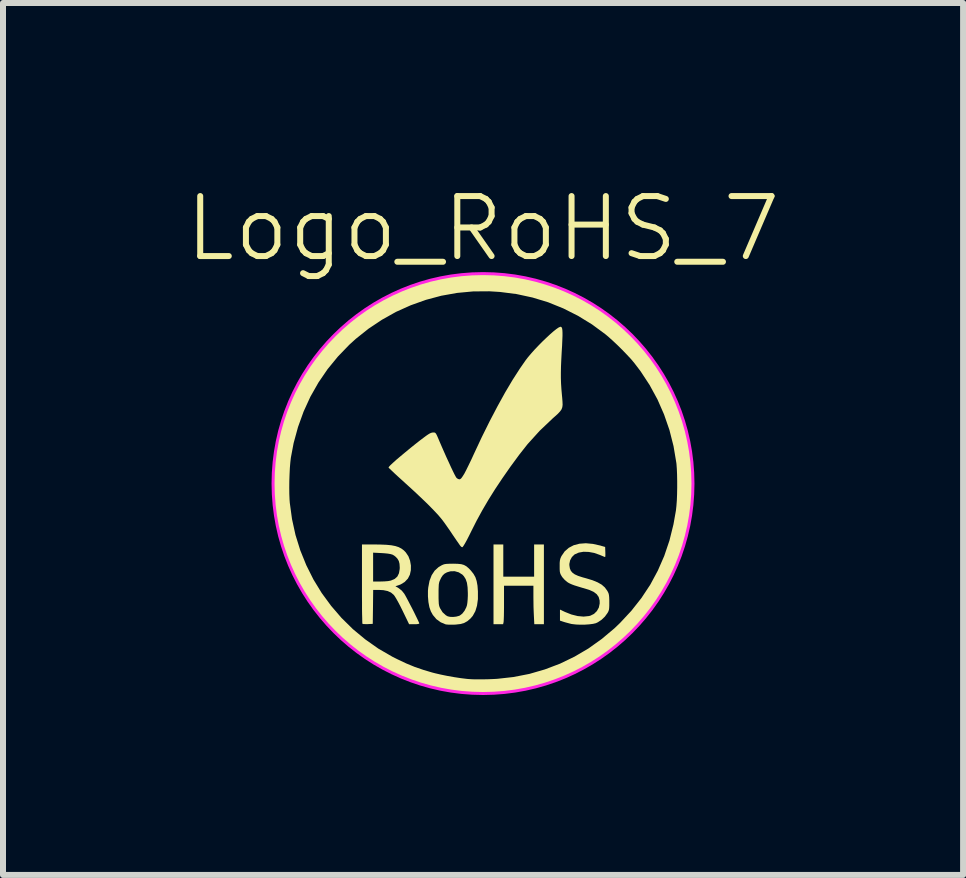
<source format=kicad_pcb>
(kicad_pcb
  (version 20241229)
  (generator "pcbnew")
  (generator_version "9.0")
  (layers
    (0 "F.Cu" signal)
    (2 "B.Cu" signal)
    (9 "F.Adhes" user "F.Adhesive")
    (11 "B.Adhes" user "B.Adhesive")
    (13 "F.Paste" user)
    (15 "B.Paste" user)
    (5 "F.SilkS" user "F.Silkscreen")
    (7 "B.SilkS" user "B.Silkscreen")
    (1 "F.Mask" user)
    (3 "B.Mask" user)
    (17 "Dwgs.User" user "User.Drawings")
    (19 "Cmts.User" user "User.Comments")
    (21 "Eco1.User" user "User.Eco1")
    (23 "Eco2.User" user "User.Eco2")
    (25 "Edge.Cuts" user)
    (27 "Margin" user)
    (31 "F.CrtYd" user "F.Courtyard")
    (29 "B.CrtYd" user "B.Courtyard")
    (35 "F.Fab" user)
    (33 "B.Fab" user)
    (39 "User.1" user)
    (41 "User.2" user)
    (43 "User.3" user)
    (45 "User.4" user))
  (footprint "Logo_RoHS_7"
    (layer "F.Cu")
    (at 5.002 5.011)
    (property "Reference" "Logo_RoHS_7" (at 0 -4.25 0) (unlocked yes) (layer "F.SilkS") (effects (font (size 1 1) (thickness 0.1))))
    (attr smd exclude_from_pos_files exclude_from_bom)
    (fp_poly (pts (xy 0.338 1.283) (xy 0.338 1.552) (xy 0.595 1.552) (xy 0.852 1.552) (xy 0.852 1.283) (xy 0.852 1.015) (xy 0.933 1.015) (xy 1.015 1.015) (xy 1.015 1.68) (xy 1.015 2.345) (xy 0.935 2.345) (xy 0.855 2.345) (xy 0.848 2.203) (xy 0.845 2.137) (xy 0.842 2.056) (xy 0.841 1.971) (xy 0.84 1.892) (xy 0.84 1.882) (xy 0.84 1.703) (xy 0.595 1.703) (xy 0.35 1.703) (xy 0.35 1.988) (xy 0.35 2.069) (xy 0.349 2.144) (xy 0.348 2.21) (xy 0.346 2.262) (xy 0.344 2.297) (xy 0.343 2.309) (xy 0.335 2.345) (xy 0.255 2.345) (xy 0.175 2.345) (xy 0.175 1.68) (xy 0.175 1.015) (xy 0.257 1.015) (xy 0.338 1.015)) (stroke (width 0) (type solid)) (fill yes) (layer "F.SilkS"))
    (fp_poly (pts (xy -0.421 1.338) (xy -0.363 1.344) (xy -0.318 1.357) (xy -0.278 1.379) (xy -0.238 1.413) (xy -0.201 1.452) (xy -0.159 1.505) (xy -0.127 1.561) (xy -0.106 1.625) (xy -0.092 1.702) (xy -0.085 1.797) (xy -0.085 1.8) (xy -0.085 1.927) (xy -0.1 2.036) (xy -0.128 2.128) (xy -0.171 2.206) (xy -0.21 2.251) (xy -0.26 2.294) (xy -0.314 2.324) (xy -0.377 2.342) (xy -0.456 2.351) (xy -0.476 2.352) (xy -0.529 2.353) (xy -0.577 2.352) (xy -0.613 2.349) (xy -0.624 2.347) (xy -0.705 2.313) (xy -0.777 2.261) (xy -0.836 2.191) (xy -0.87 2.13) (xy -0.894 2.061) (xy -0.91 1.976) (xy -0.918 1.882) (xy -0.918 1.841) (xy -0.741 1.841) (xy -0.741 1.843) (xy -0.741 1.914) (xy -0.739 1.967) (xy -0.737 2.005) (xy -0.732 2.034) (xy -0.725 2.058) (xy -0.715 2.08) (xy -0.674 2.146) (xy -0.619 2.196) (xy -0.589 2.213) (xy -0.55 2.222) (xy -0.499 2.224) (xy -0.445 2.218) (xy -0.398 2.205) (xy -0.385 2.199) (xy -0.344 2.167) (xy -0.307 2.119) (xy -0.278 2.061) (xy -0.267 2.027) (xy -0.261 1.989) (xy -0.256 1.935) (xy -0.253 1.872) (xy -0.253 1.826) (xy -0.257 1.73) (xy -0.268 1.654) (xy -0.289 1.593) (xy -0.319 1.545) (xy -0.344 1.518) (xy -0.405 1.48) (xy -0.473 1.461) (xy -0.544 1.463) (xy -0.601 1.48) (xy -0.641 1.502) (xy -0.671 1.53) (xy -0.697 1.569) (xy -0.714 1.605) (xy -0.725 1.629) (xy -0.732 1.653) (xy -0.737 1.682) (xy -0.739 1.72) (xy -0.741 1.771) (xy -0.741 1.841) (xy -0.918 1.841) (xy -0.918 1.786) (xy -0.913 1.733) (xy -0.892 1.622) (xy -0.856 1.528) (xy -0.806 1.452) (xy -0.741 1.393) (xy -0.69 1.363) (xy -0.664 1.351) (xy -0.637 1.343) (xy -0.605 1.339) (xy -0.561 1.337) (xy -0.5 1.336) (xy -0.496 1.336)) (stroke (width 0) (type solid)) (fill yes) (layer "F.SilkS"))
    (fp_poly (pts (xy -1.829 1.015) (xy -1.709 1.017) (xy -1.61 1.021) (xy -1.528 1.029) (xy -1.461 1.042) (xy -1.406 1.06) (xy -1.36 1.084) (xy -1.32 1.114) (xy -1.287 1.148) (xy -1.244 1.212) (xy -1.216 1.286) (xy -1.202 1.366) (xy -1.203 1.445) (xy -1.219 1.519) (xy -1.251 1.582) (xy -1.252 1.584) (xy -1.306 1.641) (xy -1.372 1.681) (xy -1.403 1.693) (xy -1.46 1.712) (xy -1.406 1.744) (xy -1.354 1.785) (xy -1.313 1.836) (xy -1.297 1.863) (xy -1.274 1.905) (xy -1.246 1.958) (xy -1.215 2.018) (xy -1.182 2.081) (xy -1.15 2.144) (xy -1.121 2.204) (xy -1.095 2.257) (xy -1.076 2.298) (xy -1.064 2.325) (xy -1.062 2.333) (xy -1.073 2.339) (xy -1.102 2.344) (xy -1.146 2.345) (xy -1.147 2.345) (xy -1.232 2.345) (xy -1.339 2.124) (xy -1.378 2.045) (xy -1.415 1.975) (xy -1.447 1.918) (xy -1.473 1.876) (xy -1.488 1.856) (xy -1.534 1.817) (xy -1.59 1.792) (xy -1.662 1.777) (xy -1.74 1.773) (xy -1.831 1.773) (xy -1.834 2.056) (xy -1.838 2.339) (xy -1.92 2.343) (xy -1.962 2.343) (xy -1.994 2.342) (xy -2.01 2.338) (xy -2.01 2.338) (xy -2.012 2.325) (xy -2.013 2.291) (xy -2.014 2.238) (xy -2.016 2.167) (xy -2.017 2.082) (xy -2.017 1.985) (xy -2.018 1.876) (xy -2.018 1.759) (xy -2.018 1.672) (xy -2.018 1.393) (xy -1.832 1.393) (xy -1.832 1.633) (xy -1.711 1.633) (xy -1.642 1.631) (xy -1.581 1.626) (xy -1.536 1.617) (xy -1.533 1.616) (xy -1.471 1.589) (xy -1.428 1.55) (xy -1.401 1.495) (xy -1.389 1.425) (xy -1.388 1.4) (xy -1.392 1.338) (xy -1.404 1.291) (xy -1.427 1.252) (xy -1.454 1.223) (xy -1.48 1.202) (xy -1.507 1.186) (xy -1.54 1.176) (xy -1.585 1.168) (xy -1.645 1.162) (xy -1.692 1.159) (xy -1.832 1.152) (xy -1.832 1.393) (xy -2.018 1.393) (xy -2.018 1.015)) (stroke (width 0) (type solid)) (fill yes) (layer "F.SilkS"))
    (fp_poly (pts (xy 1.832 1.006) (xy 1.958 1.034) (xy 1.966 1.037) (xy 2.036 1.057) (xy 2.039 1.141) (xy 2.04 1.182) (xy 2.039 1.212) (xy 2.036 1.225) (xy 2.036 1.225) (xy 2.022 1.221) (xy 1.993 1.209) (xy 1.955 1.193) (xy 1.948 1.19) (xy 1.855 1.157) (xy 1.763 1.14) (xy 1.675 1.137) (xy 1.596 1.151) (xy 1.53 1.18) (xy 1.526 1.182) (xy 1.482 1.225) (xy 1.452 1.28) (xy 1.439 1.341) (xy 1.44 1.367) (xy 1.448 1.415) (xy 1.464 1.454) (xy 1.491 1.486) (xy 1.53 1.514) (xy 1.585 1.539) (xy 1.659 1.563) (xy 1.721 1.58) (xy 1.826 1.612) (xy 1.911 1.647) (xy 1.979 1.686) (xy 2.031 1.732) (xy 2.071 1.787) (xy 2.08 1.803) (xy 2.092 1.828) (xy 2.099 1.856) (xy 2.103 1.892) (xy 2.105 1.943) (xy 2.105 1.978) (xy 2.105 2.035) (xy 2.103 2.076) (xy 2.099 2.105) (xy 2.091 2.129) (xy 2.078 2.154) (xy 2.074 2.16) (xy 2.031 2.219) (xy 1.975 2.272) (xy 1.915 2.312) (xy 1.881 2.328) (xy 1.834 2.339) (xy 1.772 2.347) (xy 1.699 2.352) (xy 1.624 2.353) (xy 1.552 2.35) (xy 1.491 2.343) (xy 1.471 2.34) (xy 1.421 2.327) (xy 1.369 2.313) (xy 1.34 2.304) (xy 1.283 2.285) (xy 1.283 2.193) (xy 1.283 2.101) (xy 1.368 2.141) (xy 1.474 2.183) (xy 1.578 2.209) (xy 1.676 2.218) (xy 1.764 2.209) (xy 1.789 2.203) (xy 1.85 2.173) (xy 1.898 2.126) (xy 1.931 2.067) (xy 1.945 1.999) (xy 1.944 1.949) (xy 1.928 1.891) (xy 1.895 1.844) (xy 1.843 1.805) (xy 1.772 1.773) (xy 1.733 1.761) (xy 1.645 1.735) (xy 1.576 1.714) (xy 1.522 1.697) (xy 1.482 1.682) (xy 1.45 1.668) (xy 1.425 1.655) (xy 1.405 1.642) (xy 1.362 1.606) (xy 1.323 1.562) (xy 1.313 1.547) (xy 1.296 1.518) (xy 1.286 1.493) (xy 1.28 1.464) (xy 1.278 1.426) (xy 1.278 1.378) (xy 1.278 1.322) (xy 1.282 1.283) (xy 1.289 1.252) (xy 1.301 1.223) (xy 1.309 1.207) (xy 1.362 1.13) (xy 1.43 1.071) (xy 1.512 1.028) (xy 1.607 1.003) (xy 1.714 0.995)) (stroke (width 0) (type solid)) (fill yes) (layer "F.SilkS"))
    (fp_poly (pts (xy 1.303 -2.611) (xy 1.312 -2.602) (xy 1.319 -2.585) (xy 1.323 -2.557) (xy 1.325 -2.516) (xy 1.325 -2.46) (xy 1.322 -2.387) (xy 1.318 -2.294) (xy 1.312 -2.2) (xy 1.305 -2.068) (xy 1.3 -1.953) (xy 1.298 -1.852) (xy 1.298 -1.758) (xy 1.301 -1.666) (xy 1.307 -1.573) (xy 1.316 -1.471) (xy 1.32 -1.429) (xy 1.325 -1.364) (xy 1.327 -1.313) (xy 1.322 -1.273) (xy 1.309 -1.237) (xy 1.285 -1.203) (xy 1.249 -1.164) (xy 1.198 -1.118) (xy 1.165 -1.089) (xy 0.945 -0.88) (xy 0.743 -0.657) (xy 0.608 -0.486) (xy 0.458 -0.282) (xy 0.324 -0.09) (xy 0.202 0.093) (xy 0.091 0.27) (xy -0.011 0.444) (xy -0.106 0.618) (xy -0.189 0.782) (xy -0.234 0.873) (xy -0.271 0.945) (xy -0.301 0.999) (xy -0.323 1.035) (xy -0.338 1.056) (xy -0.348 1.062) (xy -0.363 1.054) (xy -0.376 1.041) (xy -0.388 1.025) (xy -0.41 0.993) (xy -0.441 0.949) (xy -0.477 0.896) (xy -0.511 0.846) (xy -0.553 0.783) (xy -0.597 0.72) (xy -0.637 0.663) (xy -0.671 0.617) (xy -0.688 0.595) (xy -0.746 0.526) (xy -0.823 0.444) (xy -0.917 0.348) (xy -1.03 0.239) (xy -1.16 0.117) (xy -1.292 -0.003) (xy -1.36 -0.065) (xy -1.423 -0.122) (xy -1.477 -0.172) (xy -1.521 -0.214) (xy -1.554 -0.245) (xy -1.572 -0.263) (xy -1.575 -0.268) (xy -1.566 -0.282) (xy -1.541 -0.309) (xy -1.501 -0.346) (xy -1.448 -0.394) (xy -1.384 -0.448) (xy -1.311 -0.509) (xy -1.231 -0.575) (xy -1.208 -0.594) (xy -1.122 -0.663) (xy -1.052 -0.718) (xy -0.995 -0.761) (xy -0.951 -0.794) (xy -0.916 -0.818) (xy -0.888 -0.835) (xy -0.865 -0.845) (xy -0.846 -0.85) (xy -0.827 -0.851) (xy -0.82 -0.852) (xy -0.807 -0.85) (xy -0.795 -0.844) (xy -0.783 -0.83) (xy -0.769 -0.804) (xy -0.751 -0.763) (xy -0.726 -0.704) (xy -0.688 -0.616) (xy -0.648 -0.525) (xy -0.609 -0.437) (xy -0.57 -0.353) (xy -0.535 -0.276) (xy -0.503 -0.209) (xy -0.476 -0.154) (xy -0.455 -0.115) (xy -0.442 -0.095) (xy -0.442 -0.094) (xy -0.416 -0.076) (xy -0.392 -0.07) (xy -0.378 -0.075) (xy -0.36 -0.091) (xy -0.339 -0.121) (xy -0.312 -0.164) (xy -0.281 -0.223) (xy -0.243 -0.3) (xy -0.197 -0.395) (xy -0.152 -0.493) (xy -0.02 -0.775) (xy 0.112 -1.041) (xy 0.242 -1.289) (xy 0.369 -1.519) (xy 0.493 -1.728) (xy 0.614 -1.916) (xy 0.709 -2.053) (xy 0.752 -2.109) (xy 0.804 -2.17) (xy 0.862 -2.235) (xy 0.925 -2.301) (xy 0.99 -2.367) (xy 1.055 -2.429) (xy 1.116 -2.486) (xy 1.173 -2.536) (xy 1.222 -2.575) (xy 1.26 -2.601) (xy 1.287 -2.613) (xy 1.291 -2.614)) (stroke (width 0) (type solid)) (fill yes) (layer "F.SilkS"))
    (fp_poly (pts (xy 0.096 -3.494) (xy 0.179 -3.493) (xy 0.248 -3.491) (xy 0.307 -3.488) (xy 0.362 -3.483) (xy 0.416 -3.477) (xy 0.475 -3.469) (xy 0.49 -3.467) (xy 0.778 -3.412) (xy 1.056 -3.336) (xy 1.324 -3.239) (xy 1.581 -3.122) (xy 1.826 -2.986) (xy 2.06 -2.83) (xy 2.28 -2.655) (xy 2.487 -2.461) (xy 2.68 -2.249) (xy 2.81 -2.085) (xy 2.968 -1.854) (xy 3.106 -1.613) (xy 3.224 -1.363) (xy 3.321 -1.107) (xy 3.397 -0.845) (xy 3.452 -0.578) (xy 3.486 -0.309) (xy 3.5 -0.038) (xy 3.493 0.233) (xy 3.464 0.503) (xy 3.415 0.771) (xy 3.345 1.035) (xy 3.254 1.294) (xy 3.142 1.546) (xy 3.008 1.791) (xy 2.931 1.913) (xy 2.828 2.063) (xy 2.723 2.2) (xy 2.609 2.332) (xy 2.482 2.466) (xy 2.474 2.474) (xy 2.261 2.67) (xy 2.037 2.846) (xy 1.801 3.002) (xy 1.553 3.138) (xy 1.294 3.254) (xy 1.024 3.349) (xy 0.743 3.423) (xy 0.49 3.471) (xy 0.426 3.479) (xy 0.345 3.486) (xy 0.244 3.49) (xy 0.122 3.494) (xy 0.047 3.495) (xy -0.058 3.496) (xy -0.143 3.496) (xy -0.214 3.495) (xy -0.274 3.493) (xy -0.328 3.49) (xy -0.381 3.484) (xy -0.437 3.477) (xy -0.725 3.427) (xy -1 3.358) (xy -1.265 3.268) (xy -1.519 3.158) (xy -1.763 3.028) (xy -1.93 2.924) (xy -2.028 2.857) (xy -2.112 2.797) (xy -2.189 2.738) (xy -2.263 2.676) (xy -2.339 2.607) (xy -2.425 2.526) (xy -2.454 2.497) (xy -2.647 2.295) (xy -2.819 2.082) (xy -2.972 1.858) (xy -3.109 1.619) (xy -3.137 1.563) (xy -3.251 1.315) (xy -3.343 1.066) (xy -3.414 0.812) (xy -3.466 0.549) (xy -3.482 0.439) (xy -3.49 0.366) (xy -3.495 0.274) (xy -3.499 0.171) (xy -3.5 0.069) (xy -3.23 0.069) (xy -3.229 0.175) (xy -3.225 0.269) (xy -3.221 0.322) (xy -3.184 0.593) (xy -3.126 0.857) (xy -3.046 1.114) (xy -2.946 1.361) (xy -2.827 1.599) (xy -2.689 1.825) (xy -2.532 2.039) (xy -2.359 2.24) (xy -2.169 2.427) (xy -1.964 2.597) (xy -1.744 2.752) (xy -1.509 2.888) (xy -1.429 2.928) (xy -1.279 2.999) (xy -1.138 3.057) (xy -0.995 3.106) (xy -0.844 3.151) (xy -0.797 3.163) (xy -0.702 3.185) (xy -0.594 3.207) (xy -0.481 3.227) (xy -0.37 3.244) (xy -0.272 3.256) (xy -0.239 3.259) (xy -0.174 3.263) (xy -0.093 3.264) (xy -0.001 3.264) (xy 0.095 3.262) (xy 0.188 3.258) (xy 0.239 3.255) (xy 0.509 3.225) (xy 0.774 3.173) (xy 1.032 3.098) (xy 1.283 3.003) (xy 1.525 2.886) (xy 1.758 2.749) (xy 1.979 2.591) (xy 2.189 2.415) (xy 2.286 2.322) (xy 2.474 2.12) (xy 2.641 1.908) (xy 2.788 1.686) (xy 2.914 1.452) (xy 3.021 1.207) (xy 3.108 0.95) (xy 3.175 0.68) (xy 3.216 0.449) (xy 3.224 0.375) (xy 3.231 0.284) (xy 3.235 0.18) (xy 3.237 0.07) (xy 3.237 -0.042) (xy 3.235 -0.149) (xy 3.231 -0.246) (xy 3.225 -0.328) (xy 3.222 -0.35) (xy 3.176 -0.624) (xy 3.108 -0.892) (xy 3.018 -1.152) (xy 2.908 -1.403) (xy 2.777 -1.643) (xy 2.626 -1.873) (xy 2.524 -2.007) (xy 2.469 -2.073) (xy 2.399 -2.148) (xy 2.322 -2.228) (xy 2.24 -2.309) (xy 2.159 -2.385) (xy 2.085 -2.451) (xy 2.042 -2.487) (xy 1.817 -2.653) (xy 1.582 -2.797) (xy 1.338 -2.92) (xy 1.086 -3.022) (xy 0.826 -3.101) (xy 0.558 -3.159) (xy 0.283 -3.194) (xy 0.105 -3.205) (xy -0.164 -3.203) (xy -0.431 -3.178) (xy -0.695 -3.131) (xy -0.953 -3.062) (xy -1.205 -2.972) (xy -1.45 -2.862) (xy -1.684 -2.731) (xy -1.909 -2.581) (xy -2.121 -2.412) (xy -2.228 -2.315) (xy -2.419 -2.117) (xy -2.591 -1.907) (xy -2.744 -1.683) (xy -2.878 -1.447) (xy -2.991 -1.2) (xy -3.084 -0.942) (xy -3.157 -0.675) (xy -3.203 -0.432) (xy -3.212 -0.355) (xy -3.22 -0.26) (xy -3.225 -0.154) (xy -3.229 -0.042) (xy -3.23 0.069) (xy -3.5 0.069) (xy -3.5 0.059) (xy -3.5 -0.055) (xy -3.498 -0.166) (xy -3.495 -0.269) (xy -3.489 -0.359) (xy -3.482 -0.426) (xy -3.444 -0.665) (xy -3.394 -0.889) (xy -3.329 -1.105) (xy -3.248 -1.319) (xy -3.148 -1.538) (xy -3.144 -1.546) (xy -3.01 -1.794) (xy -2.855 -2.031) (xy -2.681 -2.254) (xy -2.532 -2.42) (xy -2.328 -2.616) (xy -2.109 -2.794) (xy -1.879 -2.955) (xy -1.637 -3.096) (xy -1.386 -3.216) (xy -1.127 -3.316) (xy -0.862 -3.395) (xy -0.74 -3.423) (xy -0.636 -3.444) (xy -0.543 -3.461) (xy -0.458 -3.473) (xy -0.374 -3.482) (xy -0.287 -3.488) (xy -0.19 -3.492) (xy -0.078 -3.494) (xy -0.006 -3.494)) (stroke (width 0) (type solid)) (fill yes) (layer "F.SilkS"))
    (fp_circle (center 0 0) (end 3.5 0) (stroke (width 0.05) (type default)) (fill no) (layer "F.CrtYd")))
  (gr_rect
    (start -3 -3)
    (end 13.005 11.536)
    (stroke (width 0.1) (type default))
    (fill no)
    (layer "Edge.Cuts")))
</source>
